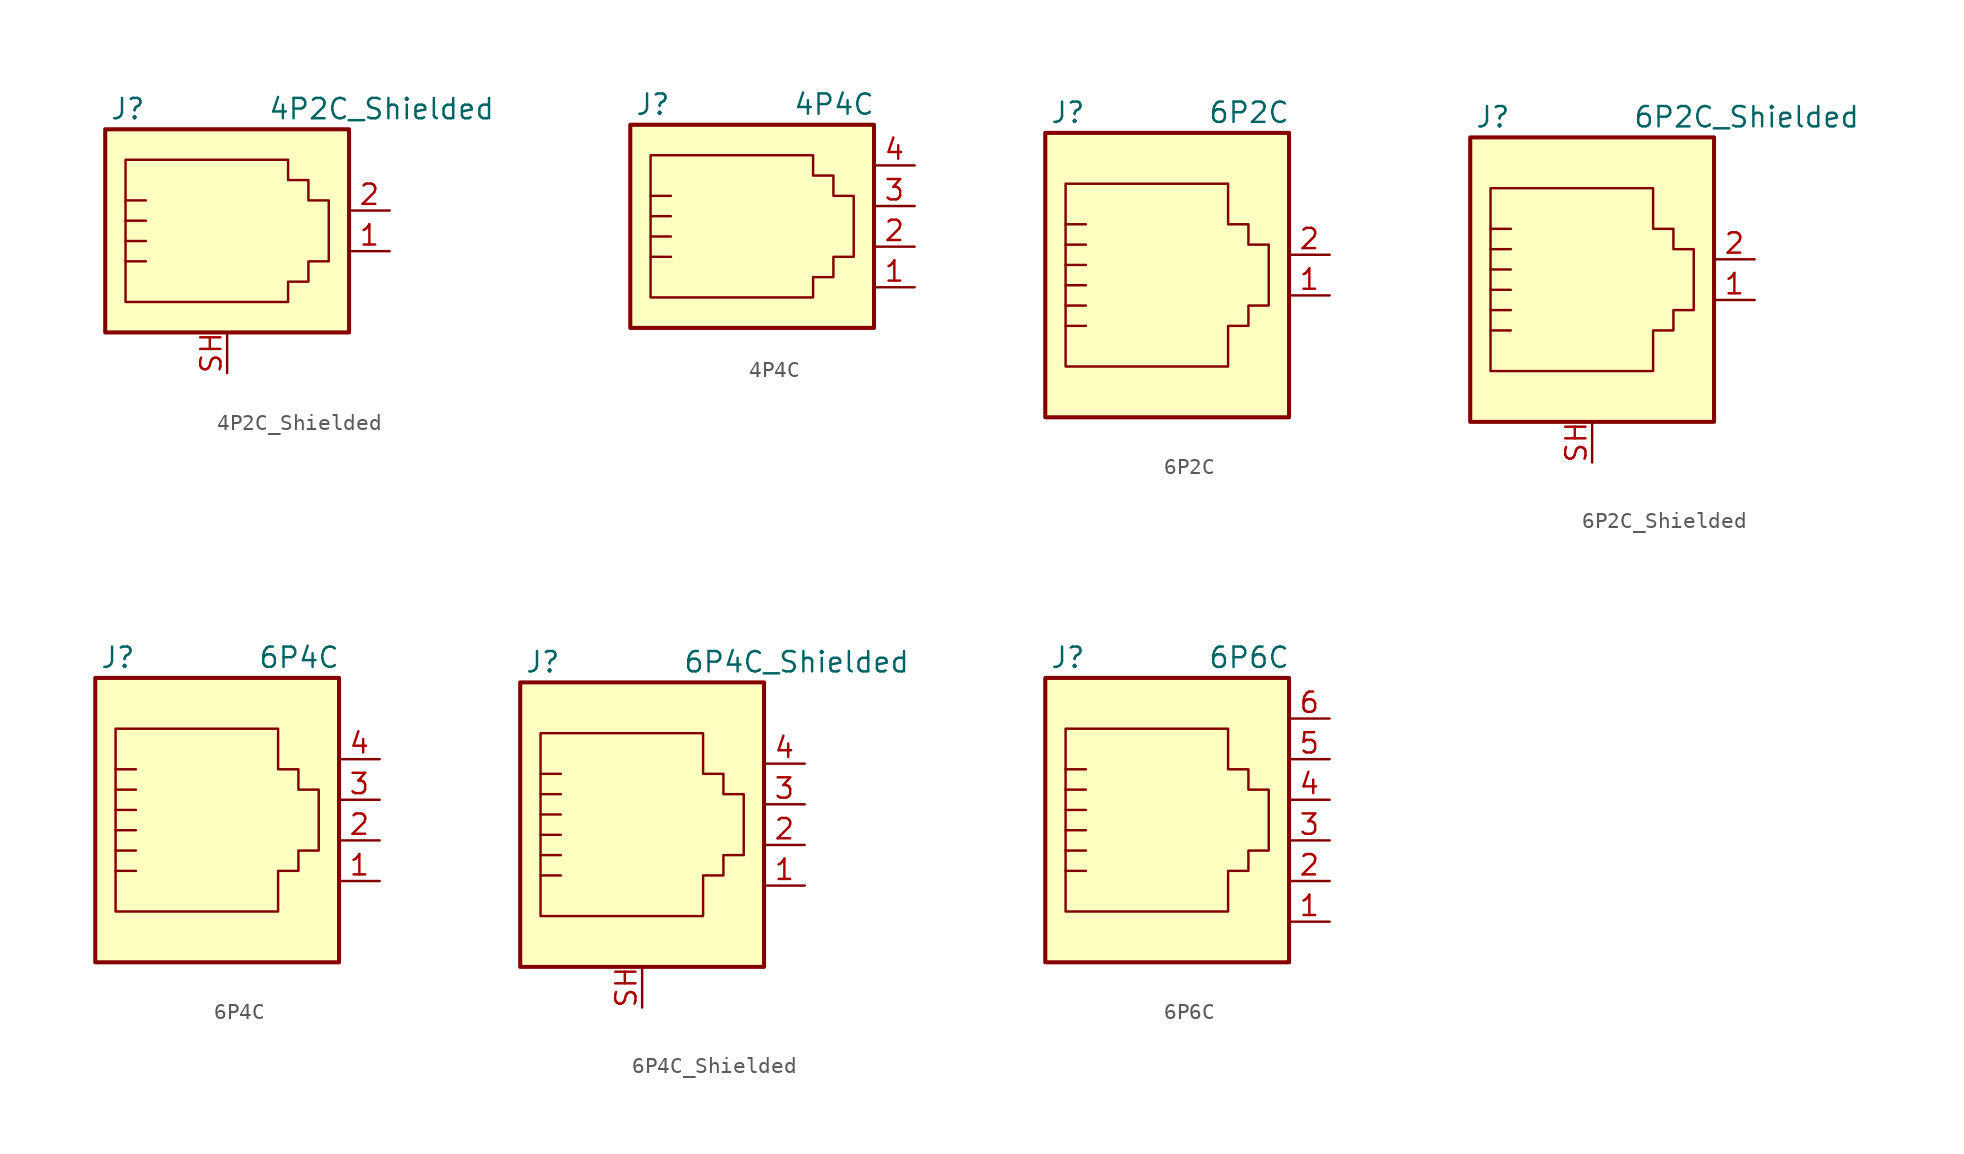
<source format=kicad_sym>
(kicad_symbol_lib
  (version 20201005)
  (generator kicad_symbol_editor)
  (symbol "Connector:4P2C_Shielded"
    (pin_names
      (offset 1.016))
    (property "Reference" "J"
      (at -5.08 8.89 0)
      (effects (font (size 1.27 1.27)) (justify right)))
    (property "Value" "4P2C_Shielded"
      (at 2.54 8.89 0)
      (effects (font (size 1.27 1.27)) (justify left)))
    (symbol "4P2C_Shielded_0_1"
      (rectangle (start 7.62 7.62) (end -7.62 -5.08) (stroke (width 0.254)) (fill (type background)))
      (polyline (pts (xy -6.35 -0.635) (xy -5.08 -0.635) (xy -5.08 -0.635)) (stroke (width 0)) (fill (type none)))
      (polyline (pts (xy -6.35 0.635) (xy -5.08 0.635) (xy -5.08 0.635)) (stroke (width 0)) (fill (type none)))
      (polyline (pts (xy -6.35 1.905) (xy -5.08 1.905) (xy -5.08 1.905)) (stroke (width 0)) (fill (type none)))
      (polyline (pts (xy -6.35 3.175) (xy -5.08 3.175) (xy -5.08 3.175)) (stroke (width 0)) (fill (type none)))
      (polyline (pts (xy -6.35 -3.175) (xy -6.35 5.715) (xy -1.27 5.715) (xy 3.81 5.715) (xy 3.81 4.445) (xy 5.08 4.445) (xy 5.08 3.175) (xy 6.35 3.175) (xy 6.35 -0.635) (xy 5.08 -0.635) (xy 5.08 -1.905) (xy 3.81 -1.905) (xy 3.81 -3.175) (xy -6.35 -3.175) (xy -6.35 -3.175)) (stroke (width 0)) (fill (type none))))
    (symbol "4P2C_Shielded_1_1"
      (pin passive line (at 10.16 0 180) (length 2.54) (name "~" (effects (font (size 1.27 1.27)))) (number "1" (effects (font (size 1.27 1.27)))))
      (pin passive line (at 10.16 2.54 180) (length 2.54) (name "~" (effects (font (size 1.27 1.27)))) (number "2" (effects (font (size 1.27 1.27)))))
      (pin passive line (at 0 -7.62 90) (length 2.54) (name "~" (effects (font (size 1.27 1.27)))) (number "SH" (effects (font (size 1.27 1.27)))))))
  (symbol "Connector:4P4C"
    (pin_names
      (offset 1.016))
    (property "Reference" "J"
      (at -5.08 8.89 0)
      (effects (font (size 1.27 1.27)) (justify right)))
    (property "Value" "4P4C"
      (at 2.54 8.89 0)
      (effects (font (size 1.27 1.27)) (justify left)))
    (symbol "4P4C_0_1"
      (rectangle (start 7.62 7.62) (end -7.62 -5.08) (stroke (width 0.254)) (fill (type background)))
      (polyline (pts (xy -6.35 -0.635) (xy -5.08 -0.635) (xy -5.08 -0.635)) (stroke (width 0)) (fill (type none)))
      (polyline (pts (xy -6.35 0.635) (xy -5.08 0.635) (xy -5.08 0.635)) (stroke (width 0)) (fill (type none)))
      (polyline (pts (xy -6.35 1.905) (xy -5.08 1.905) (xy -5.08 1.905)) (stroke (width 0)) (fill (type none)))
      (polyline (pts (xy -6.35 3.175) (xy -5.08 3.175) (xy -5.08 3.175)) (stroke (width 0)) (fill (type none)))
      (polyline (pts (xy -6.35 -3.175) (xy -6.35 5.715) (xy -1.27 5.715) (xy 3.81 5.715) (xy 3.81 4.445) (xy 5.08 4.445) (xy 5.08 3.175) (xy 6.35 3.175) (xy 6.35 -0.635) (xy 5.08 -0.635) (xy 5.08 -1.905) (xy 3.81 -1.905) (xy 3.81 -3.175) (xy -6.35 -3.175) (xy -6.35 -3.175)) (stroke (width 0)) (fill (type none))))
    (symbol "4P4C_1_1"
      (pin passive line (at 10.16 -2.54 180) (length 2.54) (name "~" (effects (font (size 1.27 1.27)))) (number "1" (effects (font (size 1.27 1.27)))))
      (pin passive line (at 10.16 0 180) (length 2.54) (name "~" (effects (font (size 1.27 1.27)))) (number "2" (effects (font (size 1.27 1.27)))))
      (pin passive line (at 10.16 2.54 180) (length 2.54) (name "~" (effects (font (size 1.27 1.27)))) (number "3" (effects (font (size 1.27 1.27)))))
      (pin passive line (at 10.16 5.08 180) (length 2.54) (name "~" (effects (font (size 1.27 1.27)))) (number "4" (effects (font (size 1.27 1.27)))))))
  (symbol "Connector:6P2C"
    (pin_names
      (offset 1.016))
    (property "Reference" "J"
      (at -5.08 11.43 0)
      (effects (font (size 1.27 1.27)) (justify right)))
    (property "Value" "6P2C"
      (at 2.54 11.43 0)
      (effects (font (size 1.27 1.27)) (justify left)))
    (symbol "6P2C_0_1"
      (rectangle (start 7.62 10.16) (end -7.62 -7.62) (stroke (width 0.254)) (fill (type background)))
      (polyline (pts (xy -6.35 -1.905) (xy -5.08 -1.905) (xy -5.08 -1.905)) (stroke (width 0)) (fill (type none)))
      (polyline (pts (xy -6.35 -0.635) (xy -5.08 -0.635) (xy -5.08 -0.635)) (stroke (width 0)) (fill (type none)))
      (polyline (pts (xy -6.35 0.635) (xy -5.08 0.635) (xy -5.08 0.635)) (stroke (width 0)) (fill (type none)))
      (polyline (pts (xy -6.35 1.905) (xy -5.08 1.905) (xy -5.08 1.905)) (stroke (width 0)) (fill (type none)))
      (polyline (pts (xy -6.35 3.175) (xy -5.08 3.175) (xy -5.08 3.175)) (stroke (width 0)) (fill (type none)))
      (polyline (pts (xy -5.08 4.445) (xy -6.35 4.445) (xy -6.35 4.445)) (stroke (width 0)) (fill (type none)))
      (polyline (pts (xy -6.35 -4.445) (xy -6.35 6.985) (xy 3.81 6.985) (xy 3.81 4.445) (xy 5.08 4.445) (xy 5.08 3.175) (xy 6.35 3.175) (xy 6.35 -0.635) (xy 5.08 -0.635) (xy 5.08 -1.905) (xy 3.81 -1.905) (xy 3.81 -4.445) (xy -6.35 -4.445) (xy -6.35 -4.445)) (stroke (width 0)) (fill (type none))))
    (symbol "6P2C_1_1"
      (pin passive line (at 10.16 0 180) (length 2.54) (name "~" (effects (font (size 1.27 1.27)))) (number "1" (effects (font (size 1.27 1.27)))))
      (pin passive line (at 10.16 2.54 180) (length 2.54) (name "~" (effects (font (size 1.27 1.27)))) (number "2" (effects (font (size 1.27 1.27)))))))
  (symbol "Connector:6P2C_Shielded"
    (pin_names
      (offset 1.016))
    (property "Reference" "J"
      (at -5.08 11.43 0)
      (effects (font (size 1.27 1.27)) (justify right)))
    (property "Value" "6P2C_Shielded"
      (at 2.54 11.43 0)
      (effects (font (size 1.27 1.27)) (justify left)))
    (symbol "6P2C_Shielded_0_1"
      (rectangle (start 7.62 10.16) (end -7.62 -7.62) (stroke (width 0.254)) (fill (type background)))
      (polyline (pts (xy -6.35 -1.905) (xy -5.08 -1.905) (xy -5.08 -1.905)) (stroke (width 0)) (fill (type none)))
      (polyline (pts (xy -6.35 -0.635) (xy -5.08 -0.635) (xy -5.08 -0.635)) (stroke (width 0)) (fill (type none)))
      (polyline (pts (xy -6.35 0.635) (xy -5.08 0.635) (xy -5.08 0.635)) (stroke (width 0)) (fill (type none)))
      (polyline (pts (xy -6.35 1.905) (xy -5.08 1.905) (xy -5.08 1.905)) (stroke (width 0)) (fill (type none)))
      (polyline (pts (xy -6.35 3.175) (xy -5.08 3.175) (xy -5.08 3.175)) (stroke (width 0)) (fill (type none)))
      (polyline (pts (xy -5.08 4.445) (xy -6.35 4.445) (xy -6.35 4.445)) (stroke (width 0)) (fill (type none)))
      (polyline (pts (xy -6.35 -4.445) (xy -6.35 6.985) (xy 3.81 6.985) (xy 3.81 4.445) (xy 5.08 4.445) (xy 5.08 3.175) (xy 6.35 3.175) (xy 6.35 -0.635) (xy 5.08 -0.635) (xy 5.08 -1.905) (xy 3.81 -1.905) (xy 3.81 -4.445) (xy -6.35 -4.445) (xy -6.35 -4.445)) (stroke (width 0)) (fill (type none))))
    (symbol "6P2C_Shielded_1_1"
      (pin passive line (at 10.16 0 180) (length 2.54) (name "~" (effects (font (size 1.27 1.27)))) (number "1" (effects (font (size 1.27 1.27)))))
      (pin passive line (at 10.16 2.54 180) (length 2.54) (name "~" (effects (font (size 1.27 1.27)))) (number "2" (effects (font (size 1.27 1.27)))))
      (pin passive line (at 0 -10.16 90) (length 2.54) (name "~" (effects (font (size 1.27 1.27)))) (number "SH" (effects (font (size 1.27 1.27)))))))
  (symbol "Connector:6P4C"
    (pin_names
      (offset 1.016))
    (property "Reference" "J"
      (at -5.08 11.43 0)
      (effects (font (size 1.27 1.27)) (justify right)))
    (property "Value" "6P4C"
      (at 2.54 11.43 0)
      (effects (font (size 1.27 1.27)) (justify left)))
    (symbol "6P4C_0_1"
      (rectangle (start 7.62 10.16) (end -7.62 -7.62) (stroke (width 0.254)) (fill (type background)))
      (polyline (pts (xy -6.35 -1.905) (xy -5.08 -1.905) (xy -5.08 -1.905)) (stroke (width 0)) (fill (type none)))
      (polyline (pts (xy -6.35 -0.635) (xy -5.08 -0.635) (xy -5.08 -0.635)) (stroke (width 0)) (fill (type none)))
      (polyline (pts (xy -6.35 0.635) (xy -5.08 0.635) (xy -5.08 0.635)) (stroke (width 0)) (fill (type none)))
      (polyline (pts (xy -6.35 1.905) (xy -5.08 1.905) (xy -5.08 1.905)) (stroke (width 0)) (fill (type none)))
      (polyline (pts (xy -6.35 3.175) (xy -5.08 3.175) (xy -5.08 3.175)) (stroke (width 0)) (fill (type none)))
      (polyline (pts (xy -5.08 4.445) (xy -6.35 4.445) (xy -6.35 4.445)) (stroke (width 0)) (fill (type none)))
      (polyline (pts (xy -6.35 -4.445) (xy -6.35 6.985) (xy 3.81 6.985) (xy 3.81 4.445) (xy 5.08 4.445) (xy 5.08 3.175) (xy 6.35 3.175) (xy 6.35 -0.635) (xy 5.08 -0.635) (xy 5.08 -1.905) (xy 3.81 -1.905) (xy 3.81 -4.445) (xy -6.35 -4.445) (xy -6.35 -4.445)) (stroke (width 0)) (fill (type none))))
    (symbol "6P4C_1_1"
      (pin passive line (at 10.16 -2.54 180) (length 2.54) (name "~" (effects (font (size 1.27 1.27)))) (number "1" (effects (font (size 1.27 1.27)))))
      (pin passive line (at 10.16 0 180) (length 2.54) (name "~" (effects (font (size 1.27 1.27)))) (number "2" (effects (font (size 1.27 1.27)))))
      (pin passive line (at 10.16 2.54 180) (length 2.54) (name "~" (effects (font (size 1.27 1.27)))) (number "3" (effects (font (size 1.27 1.27)))))
      (pin passive line (at 10.16 5.08 180) (length 2.54) (name "~" (effects (font (size 1.27 1.27)))) (number "4" (effects (font (size 1.27 1.27)))))))
  (symbol "Connector:6P4C_Shielded"
    (pin_names
      (offset 1.016))
    (property "Reference" "J"
      (at -5.08 11.43 0)
      (effects (font (size 1.27 1.27)) (justify right)))
    (property "Value" "6P4C_Shielded"
      (at 2.54 11.43 0)
      (effects (font (size 1.27 1.27)) (justify left)))
    (symbol "6P4C_Shielded_0_1"
      (rectangle (start 7.62 10.16) (end -7.62 -7.62) (stroke (width 0.254)) (fill (type background)))
      (polyline (pts (xy -6.35 -1.905) (xy -5.08 -1.905) (xy -5.08 -1.905)) (stroke (width 0)) (fill (type none)))
      (polyline (pts (xy -6.35 -0.635) (xy -5.08 -0.635) (xy -5.08 -0.635)) (stroke (width 0)) (fill (type none)))
      (polyline (pts (xy -6.35 0.635) (xy -5.08 0.635) (xy -5.08 0.635)) (stroke (width 0)) (fill (type none)))
      (polyline (pts (xy -6.35 1.905) (xy -5.08 1.905) (xy -5.08 1.905)) (stroke (width 0)) (fill (type none)))
      (polyline (pts (xy -6.35 3.175) (xy -5.08 3.175) (xy -5.08 3.175)) (stroke (width 0)) (fill (type none)))
      (polyline (pts (xy -5.08 4.445) (xy -6.35 4.445) (xy -6.35 4.445)) (stroke (width 0)) (fill (type none)))
      (polyline (pts (xy -6.35 -4.445) (xy -6.35 6.985) (xy 3.81 6.985) (xy 3.81 4.445) (xy 5.08 4.445) (xy 5.08 3.175) (xy 6.35 3.175) (xy 6.35 -0.635) (xy 5.08 -0.635) (xy 5.08 -1.905) (xy 3.81 -1.905) (xy 3.81 -4.445) (xy -6.35 -4.445) (xy -6.35 -4.445)) (stroke (width 0)) (fill (type none))))
    (symbol "6P4C_Shielded_1_1"
      (pin passive line (at 10.16 -2.54 180) (length 2.54) (name "~" (effects (font (size 1.27 1.27)))) (number "1" (effects (font (size 1.27 1.27)))))
      (pin passive line (at 10.16 0 180) (length 2.54) (name "~" (effects (font (size 1.27 1.27)))) (number "2" (effects (font (size 1.27 1.27)))))
      (pin passive line (at 10.16 2.54 180) (length 2.54) (name "~" (effects (font (size 1.27 1.27)))) (number "3" (effects (font (size 1.27 1.27)))))
      (pin passive line (at 10.16 5.08 180) (length 2.54) (name "~" (effects (font (size 1.27 1.27)))) (number "4" (effects (font (size 1.27 1.27)))))
      (pin passive line (at 0 -10.16 90) (length 2.54) (name "~" (effects (font (size 1.27 1.27)))) (number "SH" (effects (font (size 1.27 1.27)))))))
  (symbol "Connector:6P6C"
    (pin_names
      (offset 1.016))
    (property "Reference" "J"
      (at -5.08 11.43 0)
      (effects (font (size 1.27 1.27)) (justify right)))
    (property "Value" "6P6C"
      (at 2.54 11.43 0)
      (effects (font (size 1.27 1.27)) (justify left)))
    (symbol "6P6C_0_1"
      (rectangle (start 7.62 10.16) (end -7.62 -7.62) (stroke (width 0.254)) (fill (type background)))
      (polyline (pts (xy -6.35 -1.905) (xy -5.08 -1.905) (xy -5.08 -1.905)) (stroke (width 0)) (fill (type none)))
      (polyline (pts (xy -6.35 -0.635) (xy -5.08 -0.635) (xy -5.08 -0.635)) (stroke (width 0)) (fill (type none)))
      (polyline (pts (xy -6.35 0.635) (xy -5.08 0.635) (xy -5.08 0.635)) (stroke (width 0)) (fill (type none)))
      (polyline (pts (xy -6.35 1.905) (xy -5.08 1.905) (xy -5.08 1.905)) (stroke (width 0)) (fill (type none)))
      (polyline (pts (xy -6.35 3.175) (xy -5.08 3.175) (xy -5.08 3.175)) (stroke (width 0)) (fill (type none)))
      (polyline (pts (xy -5.08 4.445) (xy -6.35 4.445) (xy -6.35 4.445)) (stroke (width 0)) (fill (type none)))
      (polyline (pts (xy -6.35 -4.445) (xy -6.35 6.985) (xy 3.81 6.985) (xy 3.81 4.445) (xy 5.08 4.445) (xy 5.08 3.175) (xy 6.35 3.175) (xy 6.35 -0.635) (xy 5.08 -0.635) (xy 5.08 -1.905) (xy 3.81 -1.905) (xy 3.81 -4.445) (xy -6.35 -4.445) (xy -6.35 -4.445)) (stroke (width 0)) (fill (type none))))
    (symbol "6P6C_1_1"
      (pin passive line (at 10.16 -5.08 180) (length 2.54) (name "~" (effects (font (size 1.27 1.27)))) (number "1" (effects (font (size 1.27 1.27)))))
      (pin passive line (at 10.16 -2.54 180) (length 2.54) (name "~" (effects (font (size 1.27 1.27)))) (number "2" (effects (font (size 1.27 1.27)))))
      (pin passive line (at 10.16 0 180) (length 2.54) (name "~" (effects (font (size 1.27 1.27)))) (number "3" (effects (font (size 1.27 1.27)))))
      (pin passive line (at 10.16 2.54 180) (length 2.54) (name "~" (effects (font (size 1.27 1.27)))) (number "4" (effects (font (size 1.27 1.27)))))
      (pin passive line (at 10.16 5.08 180) (length 2.54) (name "~" (effects (font (size 1.27 1.27)))) (number "5" (effects (font (size 1.27 1.27)))))
      (pin passive line (at 10.16 7.62 180) (length 2.54) (name "~" (effects (font (size 1.27 1.27)))) (number "6" (effects (font (size 1.27 1.27))))))))
</source>
